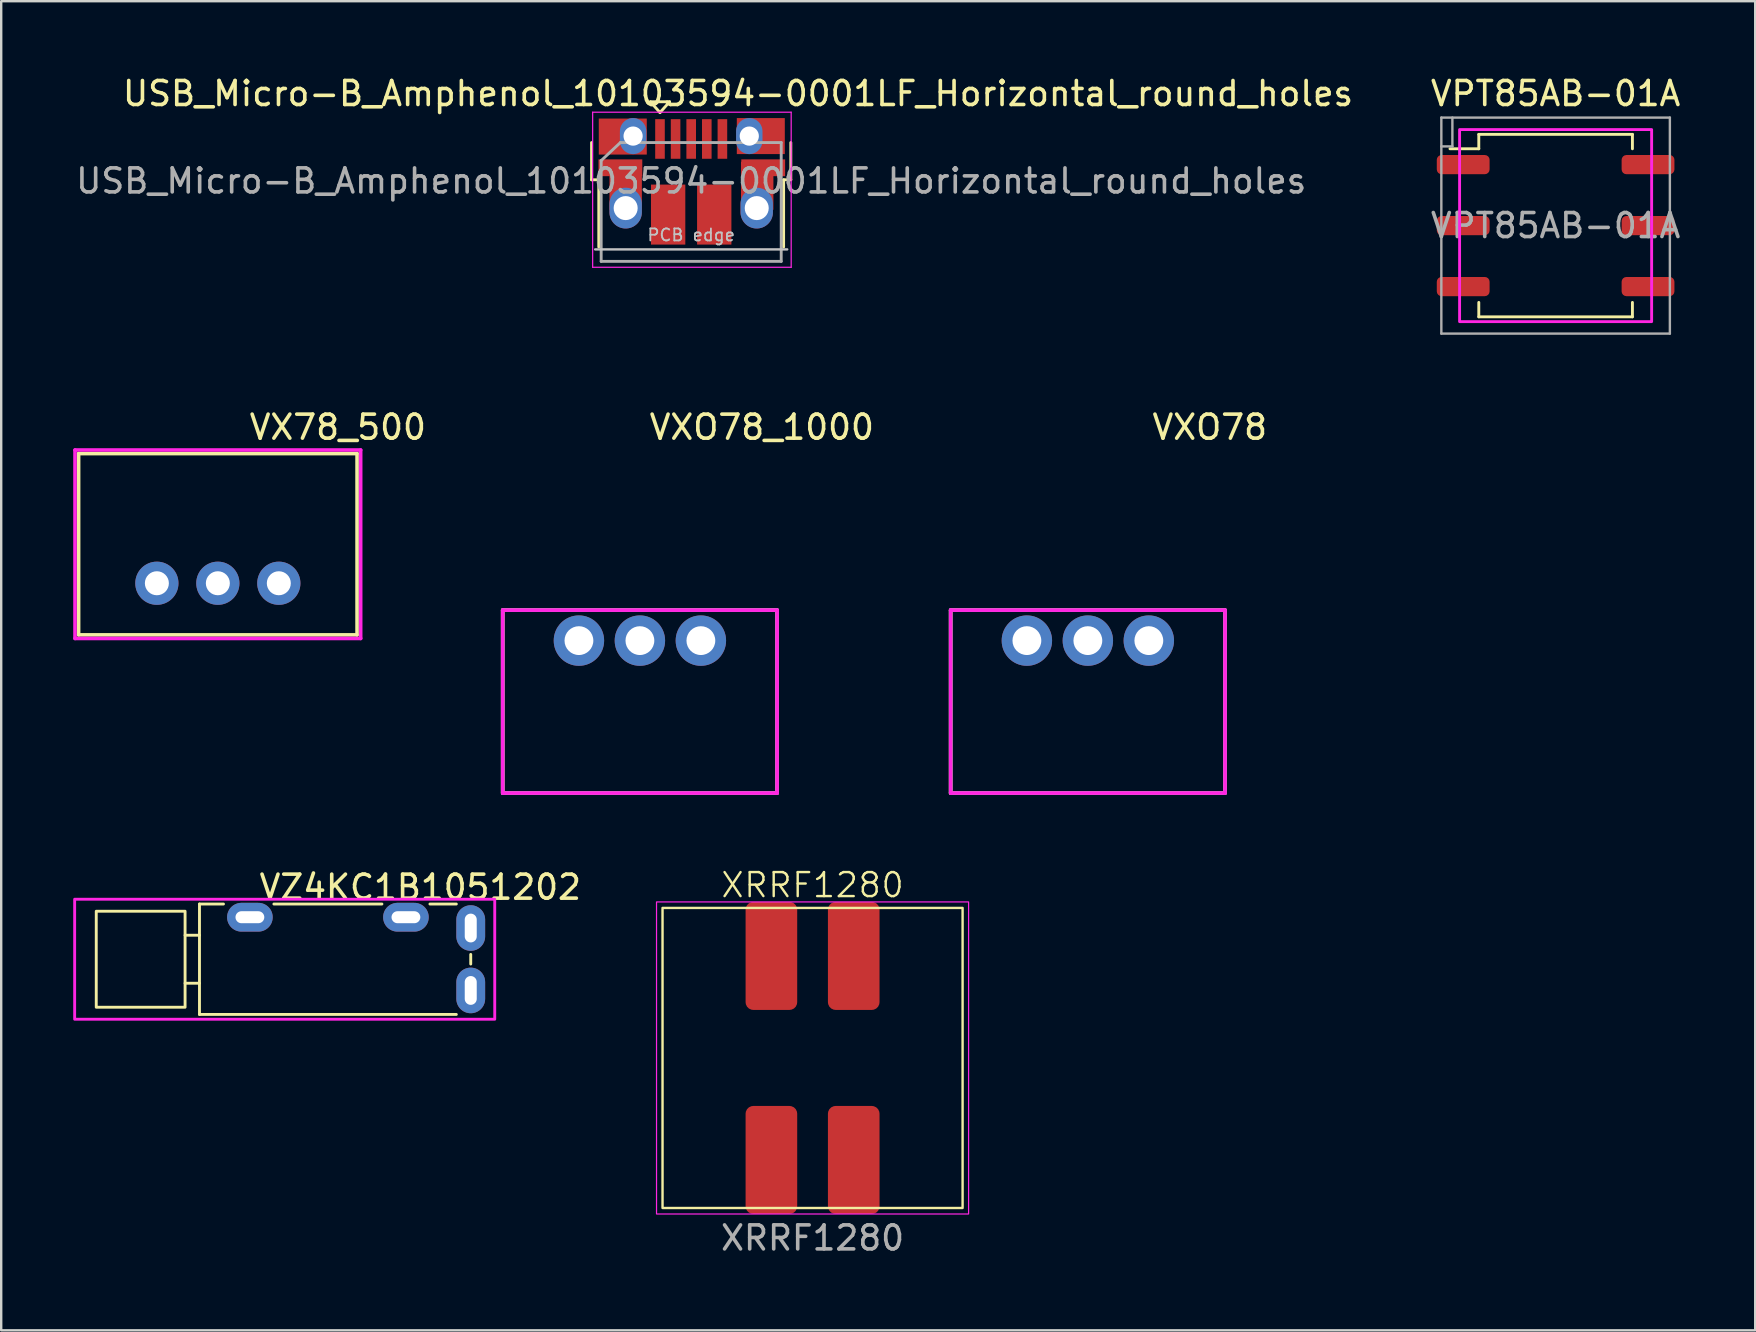
<source format=kicad_pcb>
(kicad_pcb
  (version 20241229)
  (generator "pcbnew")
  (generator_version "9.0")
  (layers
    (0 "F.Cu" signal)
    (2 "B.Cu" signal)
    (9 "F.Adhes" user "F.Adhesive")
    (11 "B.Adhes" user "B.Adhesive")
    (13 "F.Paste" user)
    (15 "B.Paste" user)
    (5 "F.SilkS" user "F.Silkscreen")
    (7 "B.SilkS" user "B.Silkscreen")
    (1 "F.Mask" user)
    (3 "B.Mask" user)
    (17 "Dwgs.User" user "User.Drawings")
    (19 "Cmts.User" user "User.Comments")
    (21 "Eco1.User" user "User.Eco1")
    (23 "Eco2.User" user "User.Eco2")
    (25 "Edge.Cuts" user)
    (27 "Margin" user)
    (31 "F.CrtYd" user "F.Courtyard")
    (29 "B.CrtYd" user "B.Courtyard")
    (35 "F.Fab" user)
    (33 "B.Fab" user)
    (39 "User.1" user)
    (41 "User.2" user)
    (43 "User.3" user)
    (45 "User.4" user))
  (footprint "VPT85AB-01A"
    (layer "F.Cu")
    (at 61.754 6.348)
    (property "Reference" "VPT85AB-01A" (at 0 -5.5 0) (layer "F.SilkS") (effects (font (size 1 1) (thickness 0.15))))
    (attr smd)
    (fp_line (start -4.4 -3.2) (end -3.2 -3.2) (stroke (width 0.12) (type default)) (layer "F.SilkS"))
    (fp_line (start -3.2 -3.8) (end 3.2 -3.8) (stroke (width 0.12) (type default)) (layer "F.SilkS"))
    (fp_line (start -3.2 -3.2) (end -3.2 -3.8) (stroke (width 0.12) (type default)) (layer "F.SilkS"))
    (fp_line (start -3.2 3.8) (end -3.2 3.2) (stroke (width 0.12) (type default)) (layer "F.SilkS"))
    (fp_line (start 3.2 -3.8) (end 3.2 -3.2) (stroke (width 0.12) (type default)) (layer "F.SilkS"))
    (fp_line (start 3.2 3.2) (end 3.2 3.8) (stroke (width 0.12) (type default)) (layer "F.SilkS"))
    (fp_line (start 3.2 3.8) (end -3.2 3.8) (stroke (width 0.12) (type default)) (layer "F.SilkS"))
    (fp_rect (start -4 -4) (end 4 4) (stroke (width 0.12) (type default)) (fill no) (layer "F.CrtYd"))
    (fp_line (start -4.76 -4.5) (end -4.76 4.5) (stroke (width 0.1) (type solid)) (layer "F.Fab"))
    (fp_line (start -4.76 4.5) (end 4.76 4.5) (stroke (width 0.1) (type solid)) (layer "F.Fab"))
    (fp_line (start -4.3 -3.3) (end -4.76 -3.3) (stroke (width 0.1) (type solid)) (layer "F.Fab"))
    (fp_line (start -4.3 -3.3) (end -4.3 -4.5) (stroke (width 0.1) (type solid)) (layer "F.Fab"))
    (fp_line (start 4.76 -4.5) (end -4.76 -4.5) (stroke (width 0.1) (type solid)) (layer "F.Fab"))
    (fp_line (start 4.76 -4.5) (end 4.76 4.5) (stroke (width 0.1) (type solid)) (layer "F.Fab"))
    (fp_text user "${REFERENCE}" (at 0 0 0) (layer "F.Fab") (effects (font (size 1 1) (thickness 0.15))))
    (pad "1" smd roundrect (at -3.85 -2.54) (size 2.2 0.8) (layers "F.Cu" "F.Mask" "F.Paste") (roundrect_rratio 0.25))
    (pad "2" smd roundrect (at -3.85 0) (size 2.2 0.8) (layers "F.Cu" "F.Mask" "F.Paste") (roundrect_rratio 0.25))
    (pad "3" smd roundrect (at -3.85 2.54) (size 2.2 0.8) (layers "F.Cu" "F.Mask" "F.Paste") (roundrect_rratio 0.25))
    (pad "4" smd roundrect (at 3.85 -2.54) (size 2.2 0.8) (layers "F.Cu" "F.Mask" "F.Paste") (roundrect_rratio 0.25))
    (pad "5" smd roundrect (at 3.85 0) (size 2.2 0.8) (layers "F.Cu" "F.Mask" "F.Paste") (roundrect_rratio 0.25))
    (pad "6" smd roundrect (at 3.85 2.54) (size 2.2 0.8) (layers "F.Cu" "F.Mask" "F.Paste") (roundrect_rratio 0.25)))
  (footprint "USB_Micro-B_Amphenol_10103594-0001LF_Horizontal_round_holes"
    (layer "F.Cu")
    (at 25.769 4.504)
    (property "Reference" "USB_Micro-B_Amphenol_10103594-0001LF_Horizontal_round_holes" (at 1.925 -3.656 180) (layer "F.SilkS") (effects (font (size 1 1) (thickness 0.15))))
    (attr smd)
    (fp_line (start -4.175 -0.065) (end -4.175 -1.615) (stroke (width 0.12) (type solid)) (layer "F.SilkS"))
    (fp_line (start -4.175 -0.065) (end -3.875 -0.065) (stroke (width 0.12) (type solid)) (layer "F.SilkS"))
    (fp_line (start -3.875 2.735) (end -3.875 -0.065) (stroke (width 0.12) (type solid)) (layer "F.SilkS"))
    (fp_line (start -1.725 -3.315) (end -0.925 -3.315) (stroke (width 0.12) (type solid)) (layer "F.SilkS"))
    (fp_line (start -1.325 -2.865) (end -1.725 -3.315) (stroke (width 0.12) (type solid)) (layer "F.SilkS"))
    (fp_line (start -0.925 -3.315) (end -1.325 -2.865) (stroke (width 0.12) (type solid)) (layer "F.SilkS"))
    (fp_line (start 3.825 -0.065) (end 4.125 -0.065) (stroke (width 0.12) (type solid)) (layer "F.SilkS"))
    (fp_line (start 3.825 2.735) (end 3.825 -0.065) (stroke (width 0.12) (type solid)) (layer "F.SilkS"))
    (fp_line (start 4.125 -0.065) (end 4.125 -1.615) (stroke (width 0.12) (type solid)) (layer "F.SilkS"))
    (fp_line (start -4.025 2.835) (end 3.975 2.835) (stroke (width 0.1) (type solid)) (layer "Dwgs.User"))
    (fp_line (start -4.13 -2.88) (end -4.13 3.58) (stroke (width 0.05) (type solid)) (layer "F.CrtYd"))
    (fp_line (start -4.13 -2.88) (end 4.14 -2.88) (stroke (width 0.05) (type solid)) (layer "F.CrtYd"))
    (fp_line (start 4.14 3.58) (end -4.13 3.58) (stroke (width 0.05) (type solid)) (layer "F.CrtYd"))
    (fp_line (start 4.14 3.58) (end 4.14 -2.88) (stroke (width 0.05) (type solid)) (layer "F.CrtYd"))
    (fp_line (start -3.775 -0.865) (end -2.975 -1.615) (stroke (width 0.12) (type solid)) (layer "F.Fab"))
    (fp_line (start -3.775 3.335) (end -3.775 -0.865) (stroke (width 0.12) (type solid)) (layer "F.Fab"))
    (fp_line (start -2.975 -1.615) (end 3.725 -1.615) (stroke (width 0.12) (type solid)) (layer "F.Fab"))
    (fp_line (start 3.725 -1.615) (end 3.725 3.335) (stroke (width 0.12) (type solid)) (layer "F.Fab"))
    (fp_line (start 3.725 3.335) (end -3.775 3.335) (stroke (width 0.12) (type solid)) (layer "F.Fab"))
    (fp_text user "PCB edge" (at -0.025 2.235 180) (layer "Dwgs.User") (effects (font (size 0.5 0.5) (thickness 0.075))))
    (fp_text user "${REFERENCE}" (at -0.025 -0.015 180) (layer "F.Fab") (effects (font (size 1 1) (thickness 0.15))))
    (pad "1" smd rect (at -1.325 -1.765 90) (size 1.65 0.4) (layers "F.Cu" "F.Mask" "F.Paste"))
    (pad "2" smd rect (at -0.675 -1.765 90) (size 1.65 0.4) (layers "F.Cu" "F.Mask" "F.Paste"))
    (pad "3" smd rect (at -0.025 -1.765 90) (size 1.65 0.4) (layers "F.Cu" "F.Mask" "F.Paste"))
    (pad "4" smd rect (at 0.625 -1.765 90) (size 1.65 0.4) (layers "F.Cu" "F.Mask" "F.Paste"))
    (pad "5" smd rect (at 1.275 -1.765 90) (size 1.65 0.4) (layers "F.Cu" "F.Mask" "F.Paste"))
    (pad "6" smd rect (at -2.975 -0.565) (size 1.825 0.7) (layers "F.Cu" "F.Mask" "F.Paste"))
    (pad "6" smd rect (at -2.875 -1.865) (size 2 1.5) (layers "F.Cu" "F.Mask" "F.Paste"))
    (pad "6" smd rect (at -2.755 0.185) (size 1.35 2) (layers "F.Cu" "F.Mask" "F.Paste"))
    (pad "6" thru_hole oval (at -2.755 1.115 90) (size 1.7 1.35) (drill 1) (layers "*.Cu" "*.Mask"))
    (pad "6" thru_hole oval (at -2.445 -1.885 90) (size 1.5 1.1) (drill 0.8) (layers "*.Cu" "*.Mask"))
    (pad "6" smd rect (at -0.985 1.385 90) (size 2.5 1.43) (layers "F.Cu" "F.Mask" "F.Paste"))
    (pad "6" smd rect (at 0.935 1.385 90) (size 2.5 1.43) (layers "F.Cu" "F.Mask" "F.Paste"))
    (pad "6" thru_hole oval (at 2.395 -1.885 90) (size 1.5 1.1) (drill 0.8) (layers "*.Cu" "*.Mask"))
    (pad "6" thru_hole oval (at 2.705 1.115 90) (size 1.7 1.35) (drill 1) (layers "*.Cu" "*.Mask"))
    (pad "6" smd rect (at 2.725 0.185) (size 1.35 2) (layers "F.Cu" "F.Mask" "F.Paste"))
    (pad "6" smd rect (at 2.875 -1.885) (size 2 1.5) (layers "F.Cu" "F.Mask" "F.Paste"))
    (pad "6" smd rect (at 2.975 -0.565) (size 1.825 0.7) (layers "F.Cu" "F.Mask" "F.Paste")))
  (footprint "XRRF1280"
    (layer "F.Cu")
    (at 30.8 41.022)
    (property "Reference" "XRRF1280" (at 0 -7.2 0) (unlocked yes) (layer "F.SilkS") (effects (font (size 1 1) (thickness 0.1))))
    (attr smd)
    (fp_rect (start -6.25 -6.25) (end 6.25 6.25) (stroke (width 0.1) (type default)) (fill no) (layer "F.SilkS"))
    (fp_rect (start -6.5 -6.5) (end 6.5 6.5) (stroke (width 0.05) (type default)) (fill no) (layer "F.CrtYd"))
    (fp_text user "${REFERENCE}" (at 0 7.5 0) (unlocked yes) (layer "F.Fab") (effects (font (size 1 1) (thickness 0.15))))
    (pad "1" smd roundrect (at -1.715 -4.25) (size 2.15 4.5) (layers "F.Cu" "F.Mask" "F.Paste") (roundrect_rratio 0.15))
    (pad "2" smd roundrect (at 1.715 -4.25) (size 2.15 4.5) (layers "F.Cu" "F.Mask" "F.Paste") (roundrect_rratio 0.15))
    (pad "3" smd roundrect (at 1.715 4.25) (size 2.15 4.5) (layers "F.Cu" "F.Mask" "F.Paste") (roundrect_rratio 0.15))
    (pad "4" smd roundrect (at -1.715 4.25) (size 2.15 4.5) (layers "F.Cu" "F.Mask" "F.Paste") (roundrect_rratio 0.15)))
  (footprint "VZ4KC1B1051202"
    (layer "F.Cu")
    (at 16.56 36.91)
    (property "Reference" "VZ4KC1B1051202" (at -2.1 -3 0) (unlocked yes) (layer "F.SilkS") (effects (font (size 1 1) (thickness 0.15))))
    (attr through_hole)
    (fp_line (start -11.9 -1) (end -11.3 -1) (stroke (width 0.12) (type solid)) (layer "F.SilkS"))
    (fp_line (start -11.9 1) (end -11.3 1) (stroke (width 0.12) (type solid)) (layer "F.SilkS"))
    (fp_line (start -11.3 -2.3) (end -10.3 -2.3) (stroke (width 0.12) (type solid)) (layer "F.SilkS"))
    (fp_line (start -11.3 2.3) (end -11.3 -2.3) (stroke (width 0.12) (type solid)) (layer "F.SilkS"))
    (fp_line (start -3.7 -2.3) (end -8.2 -2.3) (stroke (width 0.12) (type solid)) (layer "F.SilkS"))
    (fp_line (start -0.6 -2.3) (end -1.7 -2.3) (stroke (width 0.12) (type solid)) (layer "F.SilkS"))
    (fp_line (start -0.6 2.3) (end -11.3 2.3) (stroke (width 0.12) (type solid)) (layer "F.SilkS"))
    (fp_line (start 0 -0.2) (end 0 0.2) (stroke (width 0.12) (type solid)) (layer "F.SilkS"))
    (fp_rect (start -15.6 -2) (end -11.9 2) (stroke (width 0.12) (type solid)) (fill no) (layer "F.SilkS"))
    (fp_rect (start 1 -2.5) (end -16.5 2.5) (stroke (width 0.12) (type solid)) (fill no) (layer "F.CrtYd"))
    (pad "1" thru_hole oval (at 0 1.3 90) (size 1.9 1.2) (drill oval 1.2 0.5) (layers "*.Cu" "*.Mask"))
    (pad "2" thru_hole oval (at 0 -1.3 90) (size 1.9 1.2) (drill oval 1.2 0.5) (layers "*.Cu" "*.Mask"))
    (pad "NC" thru_hole oval (at -9.2 -1.75) (size 1.9 1.2) (drill oval 1.2 0.5) (layers "*.Cu" "*.Mask"))
    (pad "NC" thru_hole oval (at -2.7 -1.75) (size 1.9 1.2) (drill oval 1.2 0.5) (layers "*.Cu" "*.Mask")))
  (footprint "VX78_500"
    (layer "F.Cu")
    (at 6.025 21.247)
    (property "Reference" "VX78_500" (at 5 -6.5 0) (layer "F.SilkS") (effects (font (size 1 1) (thickness 0.15))))
    (attr through_hole)
    (fp_line (start -5.8 -5.4) (end -5.8 2.15) (stroke (width 0.15) (type solid)) (layer "F.SilkS"))
    (fp_line (start -5.8 2.15) (end 5.8 2.15) (stroke (width 0.15) (type solid)) (layer "F.SilkS"))
    (fp_line (start 5.8 -5.4) (end -5.8 -5.4) (stroke (width 0.15) (type solid)) (layer "F.SilkS"))
    (fp_line (start 5.8 2.15) (end 5.8 -5.4) (stroke (width 0.15) (type solid)) (layer "F.SilkS"))
    (fp_line (start -5.95 -5.55) (end 5.95 -5.55) (stroke (width 0.15) (type solid)) (layer "F.CrtYd"))
    (fp_line (start -5.95 2.3) (end -5.95 -5.55) (stroke (width 0.15) (type solid)) (layer "F.CrtYd"))
    (fp_line (start 5.95 -5.55) (end 5.95 2.3) (stroke (width 0.15) (type solid)) (layer "F.CrtYd"))
    (fp_line (start 5.95 2.3) (end -5.95 2.3) (stroke (width 0.15) (type solid)) (layer "F.CrtYd"))
    (pad "1" thru_hole circle (at -2.54 0) (size 1.8 1.8) (drill 1) (layers "*.Cu" "*.Mask"))
    (pad "2" thru_hole circle (at 0 0) (size 1.8 1.8) (drill 1) (layers "*.Cu" "*.Mask"))
    (pad "3" thru_hole circle (at 2.54 0) (size 1.8 1.8) (drill 1) (layers "*.Cu" "*.Mask")))
  (footprint "VXO78"
    (layer "F.Cu")
    (at 42.268 23.637)
    (property "Reference" "VXO78" (at 5.08 -8.89 0) (layer "F.SilkS") (effects (font (size 1 1) (thickness 0.15))))
    (attr through_hole)
    (fp_line (start -5.715 -1.27) (end -5.715 6.35) (stroke (width 0.15) (type solid)) (layer "F.SilkS"))
    (fp_line (start -5.715 6.35) (end 5.715 6.35) (stroke (width 0.15) (type solid)) (layer "F.SilkS"))
    (fp_line (start 5.715 -1.27) (end -5.715 -1.27) (stroke (width 0.15) (type solid)) (layer "F.SilkS"))
    (fp_line (start 5.715 6.35) (end 5.715 -1.27) (stroke (width 0.15) (type solid)) (layer "F.SilkS"))
    (fp_line (start -5.715 -1.27) (end 5.715 -1.27) (stroke (width 0.15) (type solid)) (layer "F.CrtYd"))
    (fp_line (start -5.715 6.35) (end -5.715 -1.27) (stroke (width 0.15) (type solid)) (layer "F.CrtYd"))
    (fp_line (start 5.715 -1.27) (end 5.715 6.35) (stroke (width 0.15) (type solid)) (layer "F.CrtYd"))
    (fp_line (start 5.715 6.35) (end -5.715 6.35) (stroke (width 0.15) (type solid)) (layer "F.CrtYd"))
    (fp_line (start -5.715 -1.27) (end 5.715 -1.27) (stroke (width 0.15) (type solid)) (layer "F.Fab"))
    (fp_line (start -5.715 6.35) (end -5.715 -1.27) (stroke (width 0.15) (type solid)) (layer "F.Fab"))
    (fp_line (start 5.715 -1.27) (end 5.715 6.35) (stroke (width 0.15) (type solid)) (layer "F.Fab"))
    (fp_line (start 5.715 6.35) (end -5.715 6.35) (stroke (width 0.15) (type solid)) (layer "F.Fab"))
    (pad "1" thru_hole circle (at -2.54 0) (size 2.1 2.1) (drill 1.2) (layers "*.Cu" "*.Mask"))
    (pad "2" thru_hole circle (at 0 0) (size 2.1 2.1) (drill 1.2) (layers "*.Cu" "*.Mask"))
    (pad "3" thru_hole circle (at 2.54 0) (size 2.1 2.1) (drill 1.2) (layers "*.Cu" "*.Mask")))
  (footprint "VXO78_1000"
    (layer "F.Cu")
    (at 23.607 23.637)
    (property "Reference" "VXO78_1000" (at 5.08 -8.89 0) (layer "F.SilkS") (effects (font (size 1 1) (thickness 0.15))))
    (attr through_hole)
    (fp_line (start -5.715 -1.27) (end -5.715 6.35) (stroke (width 0.15) (type solid)) (layer "F.SilkS"))
    (fp_line (start -5.715 6.35) (end 5.715 6.35) (stroke (width 0.15) (type solid)) (layer "F.SilkS"))
    (fp_line (start 5.715 -1.27) (end -5.715 -1.27) (stroke (width 0.15) (type solid)) (layer "F.SilkS"))
    (fp_line (start 5.715 6.35) (end 5.715 -1.27) (stroke (width 0.15) (type solid)) (layer "F.SilkS"))
    (fp_line (start -5.715 -1.27) (end 5.715 -1.27) (stroke (width 0.15) (type solid)) (layer "F.CrtYd"))
    (fp_line (start -5.715 6.35) (end -5.715 -1.27) (stroke (width 0.15) (type solid)) (layer "F.CrtYd"))
    (fp_line (start 5.715 -1.27) (end 5.715 6.35) (stroke (width 0.15) (type solid)) (layer "F.CrtYd"))
    (fp_line (start 5.715 6.35) (end -5.715 6.35) (stroke (width 0.15) (type solid)) (layer "F.CrtYd"))
    (fp_line (start -5.715 -1.27) (end 5.715 -1.27) (stroke (width 0.15) (type solid)) (layer "F.Fab"))
    (fp_line (start -5.715 6.35) (end -5.715 -1.27) (stroke (width 0.15) (type solid)) (layer "F.Fab"))
    (fp_line (start 5.715 -1.27) (end 5.715 6.35) (stroke (width 0.15) (type solid)) (layer "F.Fab"))
    (fp_line (start 5.715 6.35) (end -5.715 6.35) (stroke (width 0.15) (type solid)) (layer "F.Fab"))
    (pad "1" thru_hole circle (at -2.54 0) (size 2.1 2.1) (drill 1.2) (layers "*.Cu" "*.Mask"))
    (pad "2" thru_hole circle (at 0 0) (size 2.1 2.1) (drill 1.2) (layers "*.Cu" "*.Mask"))
    (pad "3" thru_hole circle (at 2.54 0) (size 2.1 2.1) (drill 1.2) (layers "*.Cu" "*.Mask")))
  (gr_rect
    (start -3 -3)
    (end 70.069 52.37)
    (stroke (width 0.1) (type default))
    (fill no)
    (layer "Edge.Cuts")))
</source>
